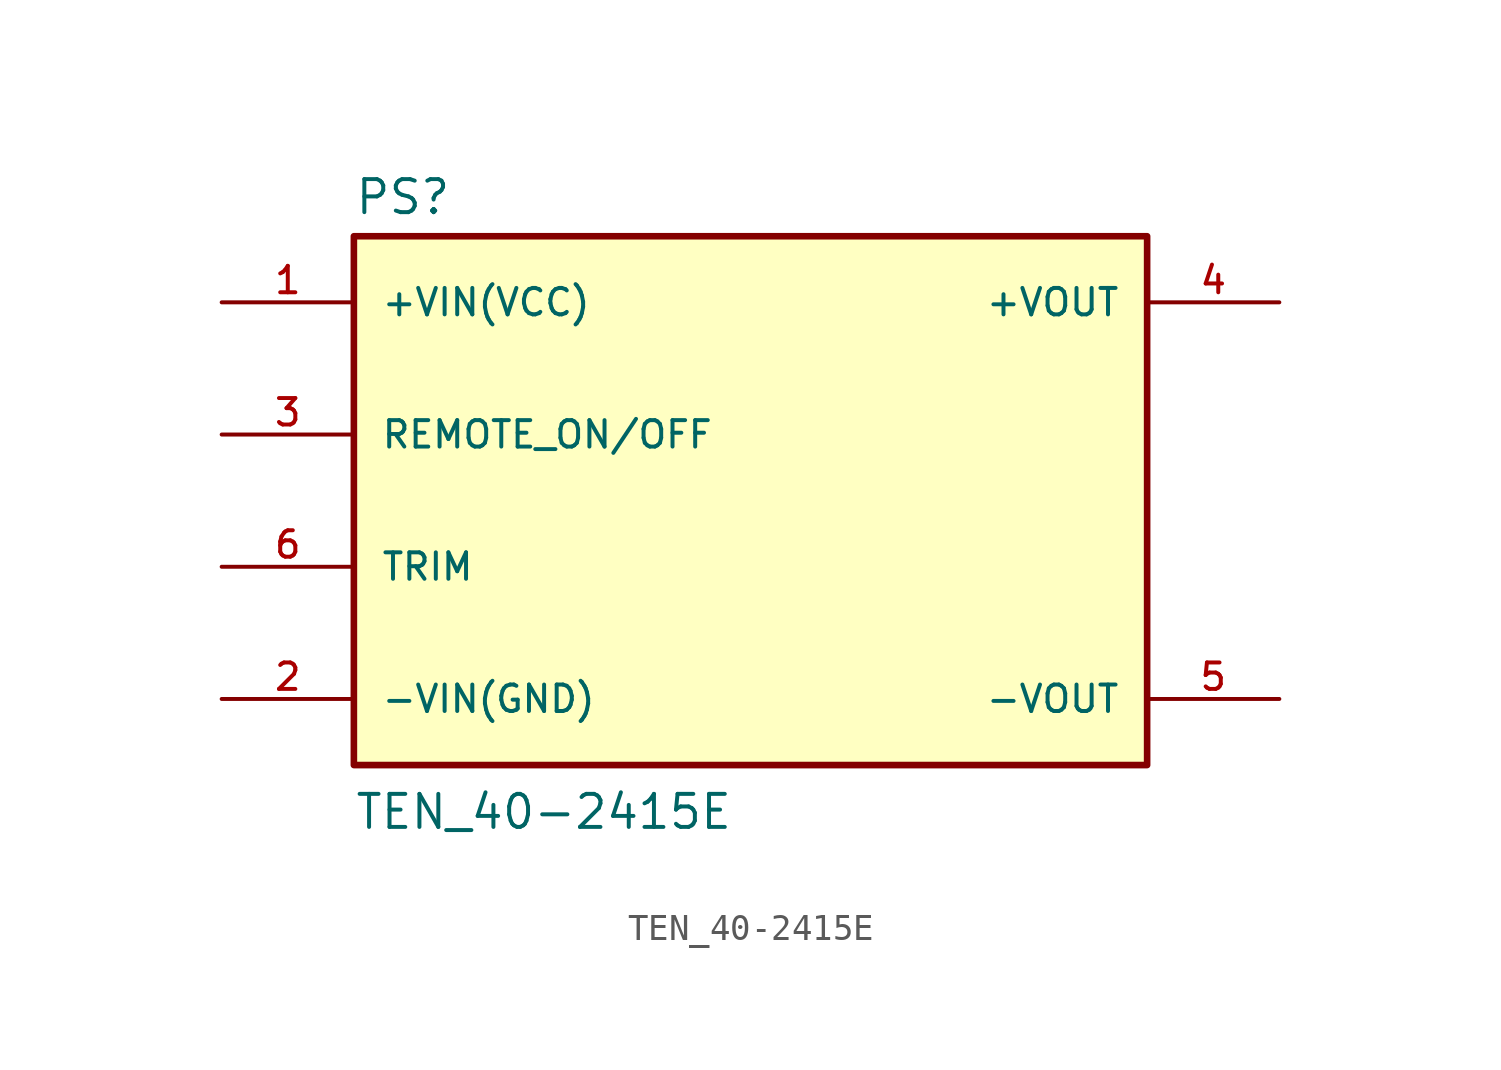
<source format=kicad_sym>
(kicad_symbol_lib
  (version 20211014)
  (generator kicad_symbol_editor)
  (symbol "TEN_40-2415E"
    (pin_names
      (offset 1.016))
    (property "Reference" "PS"
      (at -15.24 10.922 0)
      (effects (font (size 1.27 1.27)) (justify bottom left)))
    (property "Value" "TEN_40-2415E"
      (at -15.24 -12.7 0)
      (effects (font (size 1.27 1.27)) (justify bottom left)))
    (symbol "TEN_40-2415E_0_0"
      (rectangle (start -15.24 -10.16) (end 15.24 10.16) (stroke (width 0.254)) (fill (type background)))
      (pin input line (at -20.32 7.62 0) (length 5.08) (name "+VIN(VCC)" (effects (font (size 1.016 1.016)))) (number "1" (effects (font (size 1.016 1.016)))))
      (pin input line (at -20.32 -7.62 0) (length 5.08) (name "-VIN(GND)" (effects (font (size 1.016 1.016)))) (number "2" (effects (font (size 1.016 1.016)))))
      (pin output line (at 20.32 7.62 180.0) (length 5.08) (name "+VOUT" (effects (font (size 1.016 1.016)))) (number "4" (effects (font (size 1.016 1.016)))))
      (pin output line (at 20.32 -7.62 180.0) (length 5.08) (name "-VOUT" (effects (font (size 1.016 1.016)))) (number "5" (effects (font (size 1.016 1.016)))))
      (pin input line (at -20.32 -2.54 0) (length 5.08) (name "TRIM" (effects (font (size 1.016 1.016)))) (number "6" (effects (font (size 1.016 1.016)))))
      (pin input line (at -20.32 2.54 0) (length 5.08) (name "REMOTE_ON/OFF" (effects (font (size 1.016 1.016)))) (number "3" (effects (font (size 1.016 1.016))))))))
</source>
